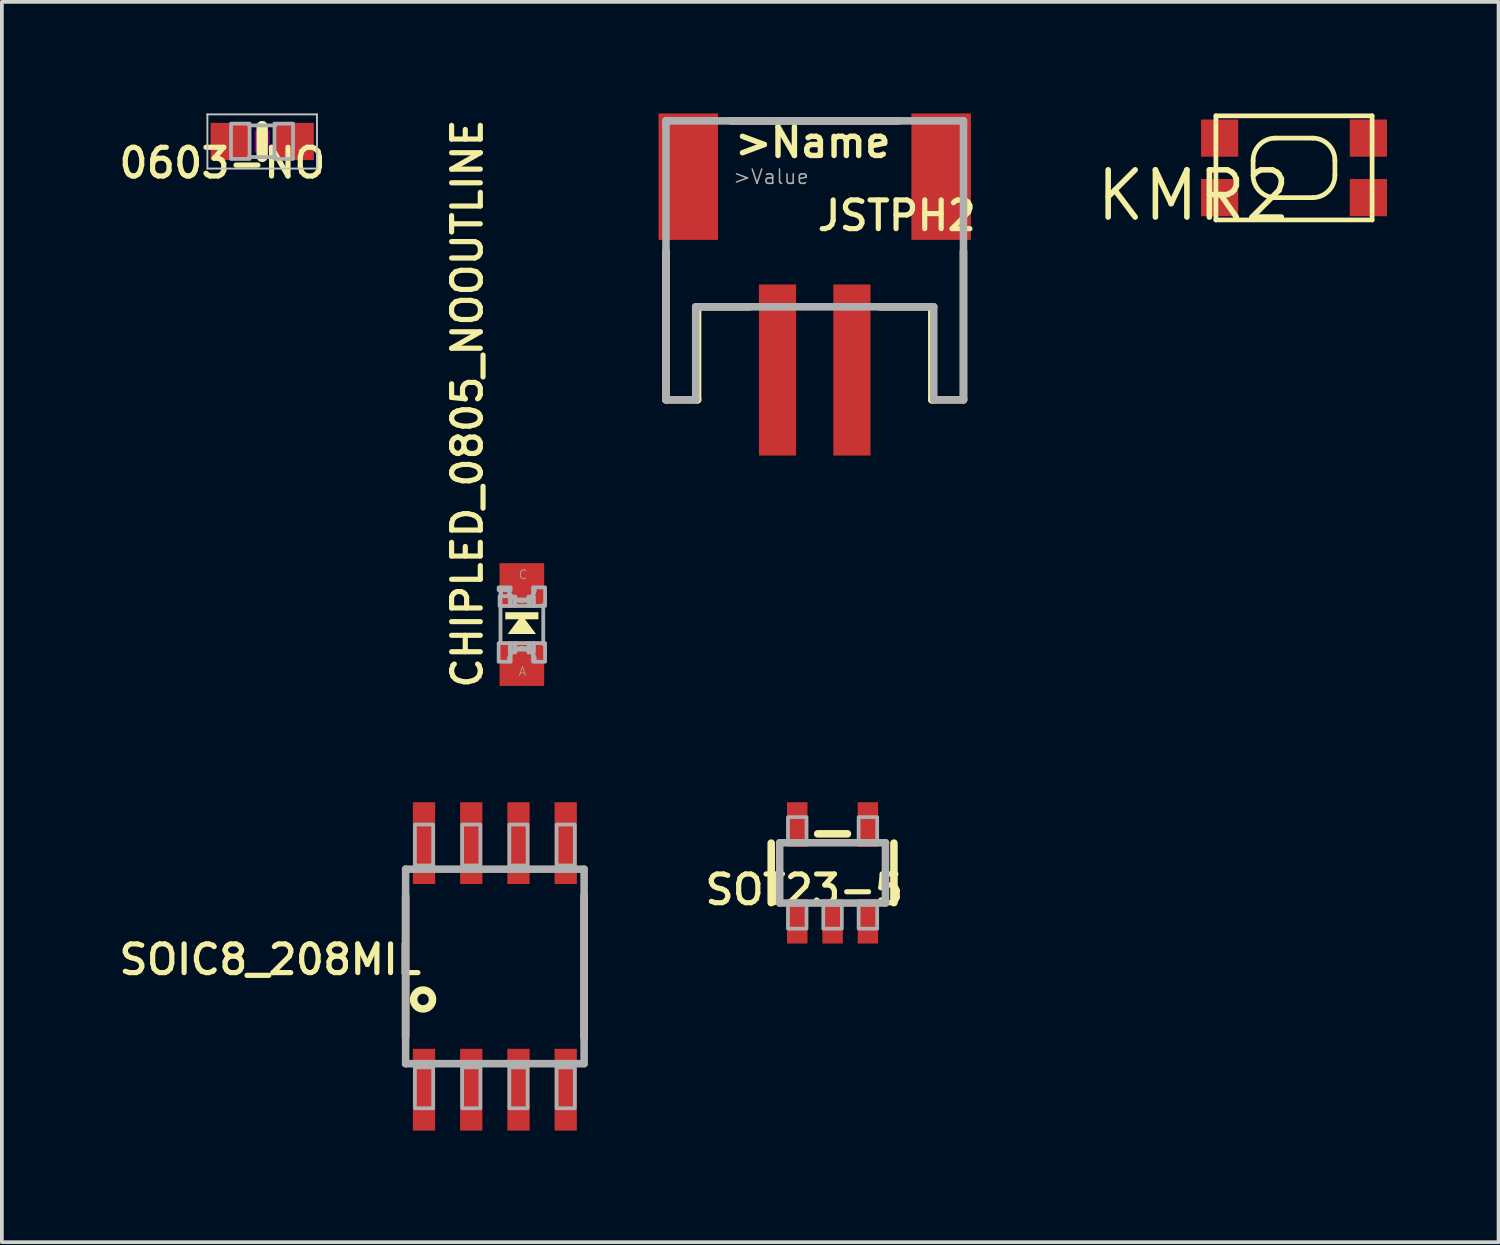
<source format=kicad_pcb>
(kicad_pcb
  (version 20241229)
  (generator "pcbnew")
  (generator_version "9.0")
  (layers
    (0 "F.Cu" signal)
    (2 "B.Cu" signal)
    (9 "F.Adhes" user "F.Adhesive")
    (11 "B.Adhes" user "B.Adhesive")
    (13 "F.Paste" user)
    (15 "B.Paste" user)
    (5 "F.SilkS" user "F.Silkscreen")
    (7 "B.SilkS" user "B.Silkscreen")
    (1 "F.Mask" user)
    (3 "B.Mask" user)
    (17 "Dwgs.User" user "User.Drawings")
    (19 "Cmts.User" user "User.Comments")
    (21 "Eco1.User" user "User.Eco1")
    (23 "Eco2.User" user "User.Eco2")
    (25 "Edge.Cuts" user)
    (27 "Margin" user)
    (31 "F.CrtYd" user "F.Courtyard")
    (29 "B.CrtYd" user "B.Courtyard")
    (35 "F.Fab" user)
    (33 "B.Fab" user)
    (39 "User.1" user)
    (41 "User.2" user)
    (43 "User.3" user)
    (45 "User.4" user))
  (footprint "KMR2"
    (layer "F.Cu")
    (at 31.746 1.464)
    (property "Reference" "KMR2" (at 0 0 0) (layer "F.SilkS") (effects (font (size 1.27 1.27) (thickness 0.15)) (justify right top)))
    (attr through_hole)
    (fp_line (start -2.1 -1.4) (end 2.1 -1.4) (stroke (width 0.127) (type solid)) (layer "F.SilkS"))
    (fp_line (start -2.1 1.4) (end -2.1 -1.4) (stroke (width 0.127) (type solid)) (layer "F.SilkS"))
    (fp_line (start -1.1 0.2) (end -1.1 -0.2) (stroke (width 0.127) (type solid)) (layer "F.SilkS"))
    (fp_line (start -0.5 -0.8) (end 0.5 -0.8) (stroke (width 0.127) (type solid)) (layer "F.SilkS"))
    (fp_line (start 0.5 0.8) (end -0.5 0.8) (stroke (width 0.127) (type solid)) (layer "F.SilkS"))
    (fp_line (start 1.1 -0.2) (end 1.1 0.2) (stroke (width 0.127) (type solid)) (layer "F.SilkS"))
    (fp_line (start 2.1 -1.4) (end 2.1 1.4) (stroke (width 0.127) (type solid)) (layer "F.SilkS"))
    (fp_line (start 2.1 1.4) (end -2.1 1.4) (stroke (width 0.127) (type solid)) (layer "F.SilkS"))
    (fp_arc (start -1.1 -0.2) (mid -0.924263 -0.624264) (end -0.499998 -0.8) (stroke (width 0.127) (type solid)) (layer "F.SilkS"))
    (fp_arc (start -0.5 0.8) (mid -0.924264 0.624263) (end -1.1 0.199998) (stroke (width 0.127) (type solid)) (layer "F.SilkS"))
    (fp_arc (start 0.5 -0.8) (mid 0.924264 -0.624263) (end 1.1 -0.199998) (stroke (width 0.127) (type solid)) (layer "F.SilkS"))
    (fp_arc (start 1.1 0.2) (mid 0.924263 0.624264) (end 0.499998 0.8) (stroke (width 0.127) (type solid)) (layer "F.SilkS"))
    (pad "1" smd rect (at 2 -0.8) (size 1 1) (layers "F.Cu" "F.Mask" "F.Paste"))
    (pad "2" smd rect (at 2 0.8) (size 1 1) (layers "F.Cu" "F.Mask" "F.Paste"))
    (pad "3" smd rect (at -2 -0.8) (size 1 1) (layers "F.Cu" "F.Mask" "F.Paste"))
    (pad "4" smd rect (at -2 0.8) (size 1 1) (layers "F.Cu" "F.Mask" "F.Paste")))
  (footprint "JSTPH2"
    (layer "F.Cu")
    (at 18.858 3.2)
    (property "Reference" "JSTPH2" (at 0 0 0) (layer "F.SilkS") (effects (font (size 0.772 0.772) (thickness 0.139)) (justify left bottom)))
    (attr through_hole)
    (fp_line (start -4 4.5) (end -4 0.5) (stroke (width 0.203) (type solid)) (layer "F.SilkS"))
    (fp_line (start -3.15 2) (end -3.15 4.5) (stroke (width 0.203) (type solid)) (layer "F.SilkS"))
    (fp_line (start -3.15 4.5) (end -4 4.5) (stroke (width 0.203) (type solid)) (layer "F.SilkS"))
    (fp_line (start -2.25 -3) (end 2.25 -3) (stroke (width 0.203) (type solid)) (layer "F.SilkS"))
    (fp_line (start -1.75 2) (end -3.15 2) (stroke (width 0.203) (type solid)) (layer "F.SilkS"))
    (fp_line (start 3.15 2) (end 1.75 2) (stroke (width 0.203) (type solid)) (layer "F.SilkS"))
    (fp_line (start 3.15 4.5) (end 3.15 2) (stroke (width 0.203) (type solid)) (layer "F.SilkS"))
    (fp_line (start 4 0.5) (end 4 4.5) (stroke (width 0.203) (type solid)) (layer "F.SilkS"))
    (fp_line (start 4 4.5) (end 3.15 4.5) (stroke (width 0.203) (type solid)) (layer "F.SilkS"))
    (fp_line (start -4 -3) (end 4 -3) (stroke (width 0.203) (type solid)) (layer "F.Fab"))
    (fp_line (start -4 4.5) (end -4 -3) (stroke (width 0.203) (type solid)) (layer "F.Fab"))
    (fp_line (start -3.2 2) (end -3.2 4.5) (stroke (width 0.203) (type solid)) (layer "F.Fab"))
    (fp_line (start -3.2 4.5) (end -4 4.5) (stroke (width 0.203) (type solid)) (layer "F.Fab"))
    (fp_line (start 3.2 2) (end -3.2 2) (stroke (width 0.203) (type solid)) (layer "F.Fab"))
    (fp_line (start 3.2 4.5) (end 3.2 2) (stroke (width 0.203) (type solid)) (layer "F.Fab"))
    (fp_line (start 4 -3) (end 4 4.5) (stroke (width 0.203) (type solid)) (layer "F.Fab"))
    (fp_line (start 4 4.5) (end 3.2 4.5) (stroke (width 0.203) (type solid)) (layer "F.Fab"))
    (fp_text user ">Name" (at -2.223 -1.968 0) (layer "F.SilkS") (effects (font (size 0.772 0.772) (thickness 0.146)) (justify left bottom)))
    (fp_text user ">Value" (at -2.223 -1.27 0) (layer "F.Fab") (effects (font (size 0.386 0.386) (thickness 0.041)) (justify left bottom)))
    (pad "1" smd rect (at -1 3.7) (size 1 4.6) (layers "F.Cu" "F.Mask" "F.Paste"))
    (pad "2" smd rect (at 1 3.7) (size 1 4.6) (layers "F.Cu" "F.Mask" "F.Paste"))
    (pad "NC1" smd rect (at -3.4 -1.5 90) (size 3.4 1.6) (layers "F.Cu" "F.Mask" "F.Paste"))
    (pad "NC2" smd rect (at 3.4 -1.5 90) (size 3.4 1.6) (layers "F.Cu" "F.Mask" "F.Paste")))
  (footprint "SOIC8_208MIL"
    (layer "F.Cu")
    (at 10.257 22.937)
    (property "Reference" "SOIC8_208MIL" (at -1.905 -0.635 180) (layer "F.SilkS") (effects (font (size 0.772 0.772) (thickness 0.139)) (justify right top)))
    (attr through_hole)
    (fp_line (start -2.4 1.9) (end -2.4 -1.9) (stroke (width 0.203) (type solid)) (layer "F.SilkS"))
    (fp_line (start 2.4 -1.9) (end 2.4 1.9) (stroke (width 0.203) (type solid)) (layer "F.SilkS"))
    (fp_circle (center -1.93 0.889) (end -1.676 0.889) (stroke (width 0.203) (type solid)) (fill no) (layer "F.SilkS"))
    (fp_line (start -2.4 -2.615) (end 2.4 -2.615) (stroke (width 0.203) (type solid)) (layer "F.Fab"))
    (fp_line (start -2.4 2.615) (end -2.4 -2.615) (stroke (width 0.203) (type solid)) (layer "F.Fab"))
    (fp_line (start 2.4 -2.615) (end 2.4 2.615) (stroke (width 0.203) (type solid)) (layer "F.Fab"))
    (fp_line (start 2.4 2.615) (end -2.4 2.615) (stroke (width 0.203) (type solid)) (layer "F.Fab"))
    (fp_poly (pts (xy -2.15 -2.715) (xy -1.66 -2.715) (xy -1.66 -3.815) (xy -2.15 -3.815)) (stroke (width 0.1) (type solid)) (fill no) (layer "F.Fab"))
    (fp_poly (pts (xy -2.15 3.815) (xy -1.66 3.815) (xy -1.66 2.715) (xy -2.15 2.715)) (stroke (width 0.1) (type solid)) (fill no) (layer "F.Fab"))
    (fp_poly (pts (xy -0.88 -2.715) (xy -0.39 -2.715) (xy -0.39 -3.815) (xy -0.88 -3.815)) (stroke (width 0.1) (type solid)) (fill no) (layer "F.Fab"))
    (fp_poly (pts (xy -0.88 3.815) (xy -0.39 3.815) (xy -0.39 2.715) (xy -0.88 2.715)) (stroke (width 0.1) (type solid)) (fill no) (layer "F.Fab"))
    (fp_poly (pts (xy 0.39 -2.715) (xy 0.88 -2.715) (xy 0.88 -3.815) (xy 0.39 -3.815)) (stroke (width 0.1) (type solid)) (fill no) (layer "F.Fab"))
    (fp_poly (pts (xy 0.39 3.815) (xy 0.88 3.815) (xy 0.88 2.715) (xy 0.39 2.715)) (stroke (width 0.1) (type solid)) (fill no) (layer "F.Fab"))
    (fp_poly (pts (xy 1.66 -2.715) (xy 2.15 -2.715) (xy 2.15 -3.815) (xy 1.66 -3.815)) (stroke (width 0.1) (type solid)) (fill no) (layer "F.Fab"))
    (fp_poly (pts (xy 1.66 3.815) (xy 2.15 3.815) (xy 2.15 2.715) (xy 1.66 2.715)) (stroke (width 0.1) (type solid)) (fill no) (layer "F.Fab"))
    (pad "1" smd rect (at -1.905 3.315) (size 0.6 2.2) (layers "F.Cu" "F.Mask" "F.Paste"))
    (pad "2" smd rect (at -0.635 3.315) (size 0.6 2.2) (layers "F.Cu" "F.Mask" "F.Paste"))
    (pad "3" smd rect (at 0.635 3.315) (size 0.6 2.2) (layers "F.Cu" "F.Mask" "F.Paste"))
    (pad "4" smd rect (at 1.905 3.315) (size 0.6 2.2) (layers "F.Cu" "F.Mask" "F.Paste"))
    (pad "5" smd rect (at 1.905 -3.315) (size 0.6 2.2) (layers "F.Cu" "F.Mask" "F.Paste"))
    (pad "6" smd rect (at 0.635 -3.315) (size 0.6 2.2) (layers "F.Cu" "F.Mask" "F.Paste"))
    (pad "7" smd rect (at -0.635 -3.315) (size 0.6 2.2) (layers "F.Cu" "F.Mask" "F.Paste"))
    (pad "8" smd rect (at -1.905 -3.315) (size 0.6 2.2) (layers "F.Cu" "F.Mask" "F.Paste")))
  (footprint "CHIPLED_0805_NOOUTLINE"
    (layer "F.Cu")
    (at 10.983 13.744)
    (property "Reference" "CHIPLED_0805_NOOUTLINE" (at -1.016 1.778 90) (layer "F.SilkS") (effects (font (size 0.772 0.772) (thickness 0.139)) (justify left bottom)))
    (attr through_hole)
    (fp_poly (pts (xy 0 -0.254) (xy -0.381 0.254) (xy 0.381 0.254)) (stroke (width 0) (type solid)) (fill yes) (layer "F.SilkS"))
    (fp_poly (pts (xy -0.445 -0.141) (xy 0.445 -0.141) (xy 0.445 -0.331) (xy -0.445 -0.331)) (stroke (width 0) (type solid)) (fill yes) (layer "F.SilkS"))
    (fp_line (start -0.575 0.5) (end -0.575 -0.925) (stroke (width 0.102) (type solid)) (layer "F.Fab"))
    (fp_line (start 0.575 -0.525) (end 0.575 0.525) (stroke (width 0.102) (type solid)) (layer "F.Fab"))
    (fp_arc (start -0.35 0.925) (mid -0.000001 0.625027) (end 0.35 0.924998) (stroke (width 0.1016) (type solid)) (layer "F.Fab"))
    (fp_arc (start 0.35 -0.924998) (mid -0.000001 -0.625027) (end -0.35 -0.925) (stroke (width 0.1016) (type solid)) (layer "F.Fab"))
    (fp_circle (center -0.45 -0.85) (end -0.347 -0.85) (stroke (width 0.076) (type solid)) (fill no) (layer "F.Fab"))
    (fp_poly (pts (xy -0.625 -0.925) (xy -0.3 -0.925) (xy -0.3 -1) (xy -0.625 -1)) (stroke (width 0.1) (type solid)) (fill no) (layer "F.Fab"))
    (fp_poly (pts (xy -0.625 1) (xy -0.3 1) (xy -0.3 0.5) (xy -0.625 0.5)) (stroke (width 0.1) (type solid)) (fill no) (layer "F.Fab"))
    (fp_poly (pts (xy -0.6 -0.5) (xy -0.3 -0.5) (xy -0.3 -0.762) (xy -0.6 -0.762)) (stroke (width 0.1) (type solid)) (fill no) (layer "F.Fab"))
    (fp_poly (pts (xy -0.325 -0.5) (xy -0.175 -0.5) (xy -0.175 -0.75) (xy -0.325 -0.75)) (stroke (width 0.1) (type solid)) (fill no) (layer "F.Fab"))
    (fp_poly (pts (xy -0.325 0.75) (xy -0.175 0.75) (xy -0.175 0.5) (xy -0.325 0.5)) (stroke (width 0.1) (type solid)) (fill no) (layer "F.Fab"))
    (fp_poly (pts (xy -0.2 -0.5) (xy 0.2 -0.5) (xy 0.2 -0.675) (xy -0.2 -0.675)) (stroke (width 0.1) (type solid)) (fill no) (layer "F.Fab"))
    (fp_poly (pts (xy -0.2 0.675) (xy 0.2 0.675) (xy 0.2 0.5) (xy -0.2 0.5)) (stroke (width 0.1) (type solid)) (fill no) (layer "F.Fab"))
    (fp_poly (pts (xy 0.175 -0.5) (xy 0.325 -0.5) (xy 0.325 -0.75) (xy 0.175 -0.75)) (stroke (width 0.1) (type solid)) (fill no) (layer "F.Fab"))
    (fp_poly (pts (xy 0.175 0.75) (xy 0.325 0.75) (xy 0.325 0.5) (xy 0.175 0.5)) (stroke (width 0.1) (type solid)) (fill no) (layer "F.Fab"))
    (fp_poly (pts (xy 0.3 -0.5) (xy 0.625 -0.5) (xy 0.625 -1) (xy 0.3 -1)) (stroke (width 0.1) (type solid)) (fill no) (layer "F.Fab"))
    (fp_poly (pts (xy 0.3 1) (xy 0.625 1) (xy 0.625 0.5) (xy 0.3 0.5)) (stroke (width 0.1) (type solid)) (fill no) (layer "F.Fab"))
    (fp_text user "C" (at -0.1 -1.2 0) (layer "F.Fab") (effects (font (size 0.241 0.241) (thickness 0.02)) (justify left bottom)))
    (fp_text user "A" (at -0.1 1.4 0) (layer "F.Fab") (effects (font (size 0.241 0.241) (thickness 0.02)) (justify left bottom)))
    (pad "A" smd rect (at 0 1.05) (size 1.2 1.2) (layers "F.Cu" "F.Mask" "F.Paste"))
    (pad "C" smd rect (at 0 -1.05) (size 1.2 1.2) (layers "F.Cu" "F.Mask" "F.Paste")))
  (footprint "SOT23-5"
    (layer "F.Cu")
    (at 19.338 20.422)
    (property "Reference" "SOT23-5" (at 1.978 0 180) (layer "F.SilkS") (effects (font (size 0.772 0.772) (thickness 0.139)) (justify right top)))
    (attr through_hole)
    (fp_line (start -1.65 -0.8) (end -1.65 0.8) (stroke (width 0.203) (type solid)) (layer "F.SilkS"))
    (fp_line (start -0.4 -1.05) (end 0.4 -1.05) (stroke (width 0.203) (type solid)) (layer "F.SilkS"))
    (fp_line (start 1.65 -0.8) (end 1.65 0.8) (stroke (width 0.203) (type solid)) (layer "F.SilkS"))
    (fp_line (start -1.422 -0.81) (end 1.422 -0.81) (stroke (width 0.203) (type solid)) (layer "F.Fab"))
    (fp_line (start -1.422 0.81) (end -1.422 -0.81) (stroke (width 0.203) (type solid)) (layer "F.Fab"))
    (fp_line (start 1.422 -0.81) (end 1.422 0.81) (stroke (width 0.203) (type solid)) (layer "F.Fab"))
    (fp_line (start 1.422 0.81) (end -1.422 0.81) (stroke (width 0.203) (type solid)) (layer "F.Fab"))
    (fp_poly (pts (xy -1.2 -0.85) (xy -0.7 -0.85) (xy -0.7 -1.5) (xy -1.2 -1.5)) (stroke (width 0.1) (type solid)) (fill no) (layer "F.Fab"))
    (fp_poly (pts (xy -1.2 1.5) (xy -0.7 1.5) (xy -0.7 0.85) (xy -1.2 0.85)) (stroke (width 0.1) (type solid)) (fill no) (layer "F.Fab"))
    (fp_poly (pts (xy -0.25 1.5) (xy 0.25 1.5) (xy 0.25 0.85) (xy -0.25 0.85)) (stroke (width 0.1) (type solid)) (fill no) (layer "F.Fab"))
    (fp_poly (pts (xy 0.7 -0.85) (xy 1.2 -0.85) (xy 1.2 -1.5) (xy 0.7 -1.5)) (stroke (width 0.1) (type solid)) (fill no) (layer "F.Fab"))
    (fp_poly (pts (xy 0.7 1.5) (xy 1.2 1.5) (xy 1.2 0.85) (xy 0.7 0.85)) (stroke (width 0.1) (type solid)) (fill no) (layer "F.Fab"))
    (pad "1" smd rect (at -0.95 1.3) (size 0.55 1.2) (layers "F.Cu" "F.Mask" "F.Paste"))
    (pad "2" smd rect (at 0 1.3) (size 0.55 1.2) (layers "F.Cu" "F.Mask" "F.Paste"))
    (pad "3" smd rect (at 0.95 1.3) (size 0.55 1.2) (layers "F.Cu" "F.Mask" "F.Paste"))
    (pad "4" smd rect (at 0.95 -1.3) (size 0.55 1.2) (layers "F.Cu" "F.Mask" "F.Paste"))
    (pad "5" smd rect (at -0.95 -1.3) (size 0.55 1.2) (layers "F.Cu" "F.Mask" "F.Paste")))
  (footprint "0603-NO"
    (layer "F.Cu")
    (at 4 0.754)
    (property "Reference" "0603-NO" (at 1.778 0.127 180) (layer "F.SilkS") (effects (font (size 0.772 0.772) (thickness 0.139)) (justify right top)))
    (attr through_hole)
    (fp_line (start 0 -0.4) (end 0 0.4) (stroke (width 0.305) (type solid)) (layer "F.SilkS"))
    (fp_poly (pts (xy -0.2 0.3) (xy 0.2 0.3) (xy 0.2 -0.3) (xy -0.2 -0.3)) (stroke (width 0) (type solid)) (fill yes) (layer "F.Adhes"))
    (fp_line (start -1.473 -0.729) (end 1.473 -0.729) (stroke (width 0.051) (type solid)) (layer "Dwgs.User"))
    (fp_line (start -1.473 0.729) (end -1.473 -0.729) (stroke (width 0.051) (type solid)) (layer "Dwgs.User"))
    (fp_line (start 1.473 -0.729) (end 1.473 0.729) (stroke (width 0.051) (type solid)) (layer "Dwgs.User"))
    (fp_line (start 1.473 0.729) (end -1.473 0.729) (stroke (width 0.051) (type solid)) (layer "Dwgs.User"))
    (fp_line (start -0.356 -0.432) (end 0.356 -0.432) (stroke (width 0.102) (type solid)) (layer "F.Fab"))
    (fp_line (start -0.356 0.419) (end 0.356 0.419) (stroke (width 0.102) (type solid)) (layer "F.Fab"))
    (fp_poly (pts (xy -0.838 0.47) (xy -0.338 0.47) (xy -0.338 -0.48) (xy -0.838 -0.48)) (stroke (width 0.1) (type solid)) (fill no) (layer "F.Fab"))
    (fp_poly (pts (xy 0.33 0.47) (xy 0.83 0.47) (xy 0.83 -0.48) (xy 0.33 -0.48)) (stroke (width 0.1) (type solid)) (fill no) (layer "F.Fab"))
    (pad "1" smd rect (at -0.85 0) (size 1.075 1) (layers "F.Cu" "F.Mask" "F.Paste"))
    (pad "2" smd rect (at 0.85 0) (size 1.075 1) (layers "F.Cu" "F.Mask" "F.Paste")))
  (gr_rect
    (start -3 -3)
    (end 37.246 30.352)
    (stroke (width 0.1) (type default))
    (fill no)
    (layer "Edge.Cuts")))
</source>
